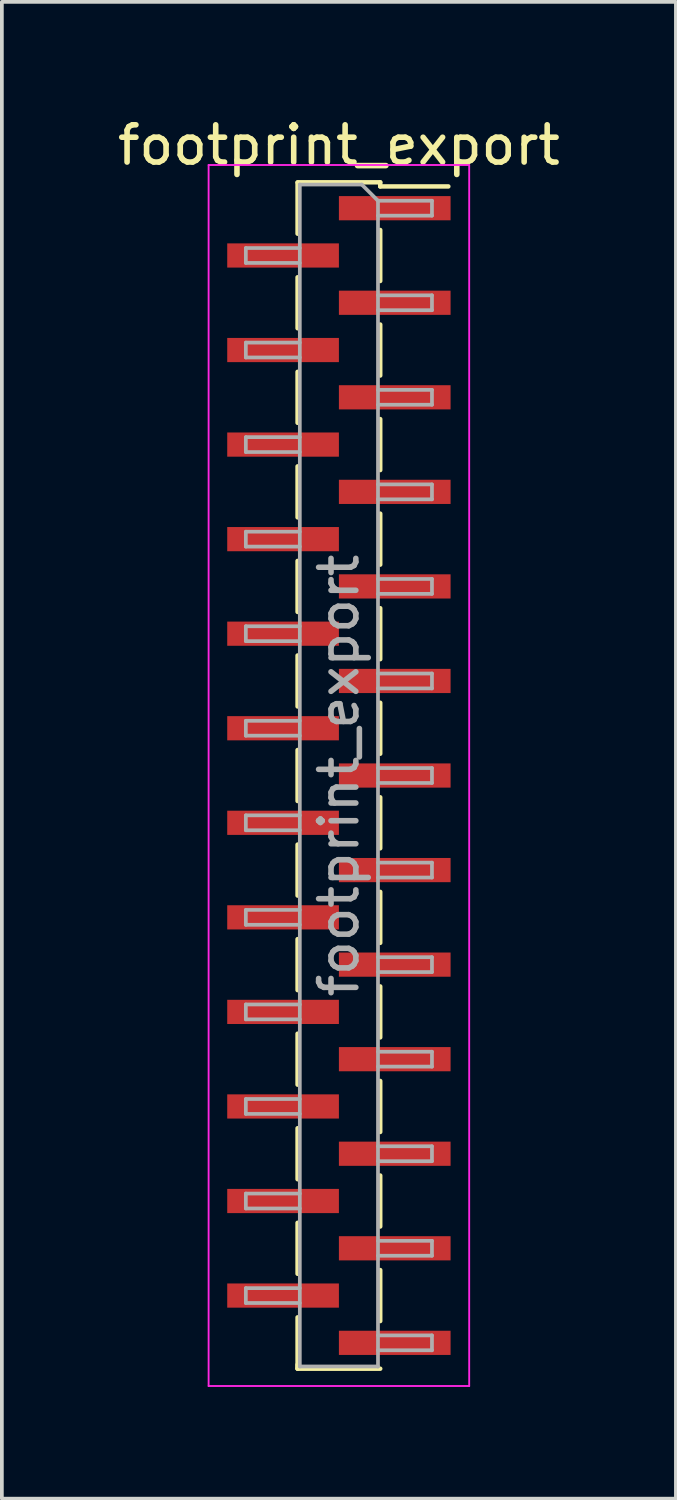
<source format=kicad_pcb>
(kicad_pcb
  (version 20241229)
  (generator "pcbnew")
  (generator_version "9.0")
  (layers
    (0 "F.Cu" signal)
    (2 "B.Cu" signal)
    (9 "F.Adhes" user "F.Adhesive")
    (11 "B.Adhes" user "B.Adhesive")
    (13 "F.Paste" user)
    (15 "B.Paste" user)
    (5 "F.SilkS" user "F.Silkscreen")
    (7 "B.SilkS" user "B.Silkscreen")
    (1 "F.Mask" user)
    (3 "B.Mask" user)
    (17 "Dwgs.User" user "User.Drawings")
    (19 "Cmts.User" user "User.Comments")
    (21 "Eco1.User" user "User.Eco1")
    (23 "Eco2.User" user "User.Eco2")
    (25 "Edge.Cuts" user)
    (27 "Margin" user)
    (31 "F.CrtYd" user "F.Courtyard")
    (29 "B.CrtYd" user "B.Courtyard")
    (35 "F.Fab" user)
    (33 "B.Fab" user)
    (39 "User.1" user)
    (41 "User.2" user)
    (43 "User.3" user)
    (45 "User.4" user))
  (footprint "footprint_export"
    (layer "F.Cu")
    (at 6.054 17.783)
    (property "Reference" "footprint_export" (at 0 -16.935 0) (layer "F.SilkS") (effects (font (size 1 1) (thickness 0.15))))
    (attr smd)
    (fp_line (start -1.11 -15.935) (end 1.11 -15.935) (stroke (width 0.12) (type solid)) (layer "F.SilkS"))
    (fp_line (start -1.11 -15.925) (end -1.11 -14.555) (stroke (width 0.12) (type solid)) (layer "F.SilkS"))
    (fp_line (start -1.11 -13.385) (end -1.11 -12.015) (stroke (width 0.12) (type solid)) (layer "F.SilkS"))
    (fp_line (start -1.11 -10.845) (end -1.11 -9.475) (stroke (width 0.12) (type solid)) (layer "F.SilkS"))
    (fp_line (start -1.11 -8.305) (end -1.11 -6.935) (stroke (width 0.12) (type solid)) (layer "F.SilkS"))
    (fp_line (start -1.11 -5.765) (end -1.11 -4.395) (stroke (width 0.12) (type solid)) (layer "F.SilkS"))
    (fp_line (start -1.11 -3.225) (end -1.11 -1.855) (stroke (width 0.12) (type solid)) (layer "F.SilkS"))
    (fp_line (start -1.11 -0.685) (end -1.11 0.685) (stroke (width 0.12) (type solid)) (layer "F.SilkS"))
    (fp_line (start -1.11 1.855) (end -1.11 3.225) (stroke (width 0.12) (type solid)) (layer "F.SilkS"))
    (fp_line (start -1.11 4.395) (end -1.11 5.765) (stroke (width 0.12) (type solid)) (layer "F.SilkS"))
    (fp_line (start -1.11 6.935) (end -1.11 8.305) (stroke (width 0.12) (type solid)) (layer "F.SilkS"))
    (fp_line (start -1.11 9.475) (end -1.11 10.845) (stroke (width 0.12) (type solid)) (layer "F.SilkS"))
    (fp_line (start -1.11 12.015) (end -1.11 13.385) (stroke (width 0.12) (type solid)) (layer "F.SilkS"))
    (fp_line (start -1.11 14.555) (end -1.11 15.925) (stroke (width 0.12) (type solid)) (layer "F.SilkS"))
    (fp_line (start -1.11 15.825) (end -1.11 15.935) (stroke (width 0.12) (type solid)) (layer "F.SilkS"))
    (fp_line (start -1.11 15.935) (end 1.11 15.935) (stroke (width 0.12) (type solid)) (layer "F.SilkS"))
    (fp_line (start 1.11 -15.935) (end 1.11 -15.825) (stroke (width 0.12) (type solid)) (layer "F.SilkS"))
    (fp_line (start 1.11 -15.825) (end 2.94 -15.825) (stroke (width 0.12) (type solid)) (layer "F.SilkS"))
    (fp_line (start 1.11 -14.655) (end 1.11 -13.285) (stroke (width 0.12) (type solid)) (layer "F.SilkS"))
    (fp_line (start 1.11 -12.115) (end 1.11 -10.745) (stroke (width 0.12) (type solid)) (layer "F.SilkS"))
    (fp_line (start 1.11 -9.575) (end 1.11 -8.205) (stroke (width 0.12) (type solid)) (layer "F.SilkS"))
    (fp_line (start 1.11 -7.035) (end 1.11 -5.665) (stroke (width 0.12) (type solid)) (layer "F.SilkS"))
    (fp_line (start 1.11 -4.495) (end 1.11 -3.125) (stroke (width 0.12) (type solid)) (layer "F.SilkS"))
    (fp_line (start 1.11 -1.955) (end 1.11 -0.585) (stroke (width 0.12) (type solid)) (layer "F.SilkS"))
    (fp_line (start 1.11 0.585) (end 1.11 1.955) (stroke (width 0.12) (type solid)) (layer "F.SilkS"))
    (fp_line (start 1.11 3.125) (end 1.11 4.495) (stroke (width 0.12) (type solid)) (layer "F.SilkS"))
    (fp_line (start 1.11 5.665) (end 1.11 7.035) (stroke (width 0.12) (type solid)) (layer "F.SilkS"))
    (fp_line (start 1.11 8.205) (end 1.11 9.575) (stroke (width 0.12) (type solid)) (layer "F.SilkS"))
    (fp_line (start 1.11 10.745) (end 1.11 12.115) (stroke (width 0.12) (type solid)) (layer "F.SilkS"))
    (fp_line (start 1.11 13.285) (end 1.11 14.655) (stroke (width 0.12) (type solid)) (layer "F.SilkS"))
    (fp_line (start -3.5 -16.4) (end -3.5 16.4) (stroke (width 0.05) (type solid)) (layer "F.CrtYd"))
    (fp_line (start -3.5 16.4) (end 3.5 16.4) (stroke (width 0.05) (type solid)) (layer "F.CrtYd"))
    (fp_line (start 3.5 -16.4) (end -3.5 -16.4) (stroke (width 0.05) (type solid)) (layer "F.CrtYd"))
    (fp_line (start 3.5 16.4) (end 3.5 -16.4) (stroke (width 0.05) (type solid)) (layer "F.CrtYd"))
    (fp_line (start -2.5 -14.17) (end -2.5 -13.77) (stroke (width 0.1) (type solid)) (layer "F.Fab"))
    (fp_line (start -2.5 -13.77) (end -1.05 -13.77) (stroke (width 0.1) (type solid)) (layer "F.Fab"))
    (fp_line (start -2.5 -11.63) (end -2.5 -11.23) (stroke (width 0.1) (type solid)) (layer "F.Fab"))
    (fp_line (start -2.5 -11.23) (end -1.05 -11.23) (stroke (width 0.1) (type solid)) (layer "F.Fab"))
    (fp_line (start -2.5 -9.09) (end -2.5 -8.69) (stroke (width 0.1) (type solid)) (layer "F.Fab"))
    (fp_line (start -2.5 -8.69) (end -1.05 -8.69) (stroke (width 0.1) (type solid)) (layer "F.Fab"))
    (fp_line (start -2.5 -6.55) (end -2.5 -6.15) (stroke (width 0.1) (type solid)) (layer "F.Fab"))
    (fp_line (start -2.5 -6.15) (end -1.05 -6.15) (stroke (width 0.1) (type solid)) (layer "F.Fab"))
    (fp_line (start -2.5 -4.01) (end -2.5 -3.61) (stroke (width 0.1) (type solid)) (layer "F.Fab"))
    (fp_line (start -2.5 -3.61) (end -1.05 -3.61) (stroke (width 0.1) (type solid)) (layer "F.Fab"))
    (fp_line (start -2.5 -1.47) (end -2.5 -1.07) (stroke (width 0.1) (type solid)) (layer "F.Fab"))
    (fp_line (start -2.5 -1.07) (end -1.05 -1.07) (stroke (width 0.1) (type solid)) (layer "F.Fab"))
    (fp_line (start -2.5 1.07) (end -2.5 1.47) (stroke (width 0.1) (type solid)) (layer "F.Fab"))
    (fp_line (start -2.5 1.47) (end -1.05 1.47) (stroke (width 0.1) (type solid)) (layer "F.Fab"))
    (fp_line (start -2.5 3.61) (end -2.5 4.01) (stroke (width 0.1) (type solid)) (layer "F.Fab"))
    (fp_line (start -2.5 4.01) (end -1.05 4.01) (stroke (width 0.1) (type solid)) (layer "F.Fab"))
    (fp_line (start -2.5 6.15) (end -2.5 6.55) (stroke (width 0.1) (type solid)) (layer "F.Fab"))
    (fp_line (start -2.5 6.55) (end -1.05 6.55) (stroke (width 0.1) (type solid)) (layer "F.Fab"))
    (fp_line (start -2.5 8.69) (end -2.5 9.09) (stroke (width 0.1) (type solid)) (layer "F.Fab"))
    (fp_line (start -2.5 9.09) (end -1.05 9.09) (stroke (width 0.1) (type solid)) (layer "F.Fab"))
    (fp_line (start -2.5 11.23) (end -2.5 11.63) (stroke (width 0.1) (type solid)) (layer "F.Fab"))
    (fp_line (start -2.5 11.63) (end -1.05 11.63) (stroke (width 0.1) (type solid)) (layer "F.Fab"))
    (fp_line (start -2.5 13.77) (end -2.5 14.17) (stroke (width 0.1) (type solid)) (layer "F.Fab"))
    (fp_line (start -2.5 14.17) (end -1.05 14.17) (stroke (width 0.1) (type solid)) (layer "F.Fab"))
    (fp_line (start -1.05 -15.875) (end -1.05 15.875) (stroke (width 0.1) (type solid)) (layer "F.Fab"))
    (fp_line (start -1.05 -15.875) (end 0.615 -15.875) (stroke (width 0.1) (type solid)) (layer "F.Fab"))
    (fp_line (start -1.05 -14.17) (end -2.5 -14.17) (stroke (width 0.1) (type solid)) (layer "F.Fab"))
    (fp_line (start -1.05 -11.63) (end -2.5 -11.63) (stroke (width 0.1) (type solid)) (layer "F.Fab"))
    (fp_line (start -1.05 -9.09) (end -2.5 -9.09) (stroke (width 0.1) (type solid)) (layer "F.Fab"))
    (fp_line (start -1.05 -6.55) (end -2.5 -6.55) (stroke (width 0.1) (type solid)) (layer "F.Fab"))
    (fp_line (start -1.05 -4.01) (end -2.5 -4.01) (stroke (width 0.1) (type solid)) (layer "F.Fab"))
    (fp_line (start -1.05 -1.47) (end -2.5 -1.47) (stroke (width 0.1) (type solid)) (layer "F.Fab"))
    (fp_line (start -1.05 1.07) (end -2.5 1.07) (stroke (width 0.1) (type solid)) (layer "F.Fab"))
    (fp_line (start -1.05 3.61) (end -2.5 3.61) (stroke (width 0.1) (type solid)) (layer "F.Fab"))
    (fp_line (start -1.05 6.15) (end -2.5 6.15) (stroke (width 0.1) (type solid)) (layer "F.Fab"))
    (fp_line (start -1.05 8.69) (end -2.5 8.69) (stroke (width 0.1) (type solid)) (layer "F.Fab"))
    (fp_line (start -1.05 11.23) (end -2.5 11.23) (stroke (width 0.1) (type solid)) (layer "F.Fab"))
    (fp_line (start -1.05 13.77) (end -2.5 13.77) (stroke (width 0.1) (type solid)) (layer "F.Fab"))
    (fp_line (start 1.05 -15.44) (end 0.615 -15.875) (stroke (width 0.1) (type solid)) (layer "F.Fab"))
    (fp_line (start 1.05 -15.44) (end 2.5 -15.44) (stroke (width 0.1) (type solid)) (layer "F.Fab"))
    (fp_line (start 1.05 -12.9) (end 2.5 -12.9) (stroke (width 0.1) (type solid)) (layer "F.Fab"))
    (fp_line (start 1.05 -10.36) (end 2.5 -10.36) (stroke (width 0.1) (type solid)) (layer "F.Fab"))
    (fp_line (start 1.05 -7.82) (end 2.5 -7.82) (stroke (width 0.1) (type solid)) (layer "F.Fab"))
    (fp_line (start 1.05 -5.28) (end 2.5 -5.28) (stroke (width 0.1) (type solid)) (layer "F.Fab"))
    (fp_line (start 1.05 -2.74) (end 2.5 -2.74) (stroke (width 0.1) (type solid)) (layer "F.Fab"))
    (fp_line (start 1.05 -0.2) (end 2.5 -0.2) (stroke (width 0.1) (type solid)) (layer "F.Fab"))
    (fp_line (start 1.05 2.34) (end 2.5 2.34) (stroke (width 0.1) (type solid)) (layer "F.Fab"))
    (fp_line (start 1.05 4.88) (end 2.5 4.88) (stroke (width 0.1) (type solid)) (layer "F.Fab"))
    (fp_line (start 1.05 7.42) (end 2.5 7.42) (stroke (width 0.1) (type solid)) (layer "F.Fab"))
    (fp_line (start 1.05 9.96) (end 2.5 9.96) (stroke (width 0.1) (type solid)) (layer "F.Fab"))
    (fp_line (start 1.05 12.5) (end 2.5 12.5) (stroke (width 0.1) (type solid)) (layer "F.Fab"))
    (fp_line (start 1.05 15.04) (end 2.5 15.04) (stroke (width 0.1) (type solid)) (layer "F.Fab"))
    (fp_line (start 1.05 15.875) (end -1.05 15.875) (stroke (width 0.1) (type solid)) (layer "F.Fab"))
    (fp_line (start 1.05 15.875) (end 1.05 -15.44) (stroke (width 0.1) (type solid)) (layer "F.Fab"))
    (fp_line (start 2.5 -15.44) (end 2.5 -15.04) (stroke (width 0.1) (type solid)) (layer "F.Fab"))
    (fp_line (start 2.5 -15.04) (end 1.05 -15.04) (stroke (width 0.1) (type solid)) (layer "F.Fab"))
    (fp_line (start 2.5 -12.9) (end 2.5 -12.5) (stroke (width 0.1) (type solid)) (layer "F.Fab"))
    (fp_line (start 2.5 -12.5) (end 1.05 -12.5) (stroke (width 0.1) (type solid)) (layer "F.Fab"))
    (fp_line (start 2.5 -10.36) (end 2.5 -9.96) (stroke (width 0.1) (type solid)) (layer "F.Fab"))
    (fp_line (start 2.5 -9.96) (end 1.05 -9.96) (stroke (width 0.1) (type solid)) (layer "F.Fab"))
    (fp_line (start 2.5 -7.82) (end 2.5 -7.42) (stroke (width 0.1) (type solid)) (layer "F.Fab"))
    (fp_line (start 2.5 -7.42) (end 1.05 -7.42) (stroke (width 0.1) (type solid)) (layer "F.Fab"))
    (fp_line (start 2.5 -5.28) (end 2.5 -4.88) (stroke (width 0.1) (type solid)) (layer "F.Fab"))
    (fp_line (start 2.5 -4.88) (end 1.05 -4.88) (stroke (width 0.1) (type solid)) (layer "F.Fab"))
    (fp_line (start 2.5 -2.74) (end 2.5 -2.34) (stroke (width 0.1) (type solid)) (layer "F.Fab"))
    (fp_line (start 2.5 -2.34) (end 1.05 -2.34) (stroke (width 0.1) (type solid)) (layer "F.Fab"))
    (fp_line (start 2.5 -0.2) (end 2.5 0.2) (stroke (width 0.1) (type solid)) (layer "F.Fab"))
    (fp_line (start 2.5 0.2) (end 1.05 0.2) (stroke (width 0.1) (type solid)) (layer "F.Fab"))
    (fp_line (start 2.5 2.34) (end 2.5 2.74) (stroke (width 0.1) (type solid)) (layer "F.Fab"))
    (fp_line (start 2.5 2.74) (end 1.05 2.74) (stroke (width 0.1) (type solid)) (layer "F.Fab"))
    (fp_line (start 2.5 4.88) (end 2.5 5.28) (stroke (width 0.1) (type solid)) (layer "F.Fab"))
    (fp_line (start 2.5 5.28) (end 1.05 5.28) (stroke (width 0.1) (type solid)) (layer "F.Fab"))
    (fp_line (start 2.5 7.42) (end 2.5 7.82) (stroke (width 0.1) (type solid)) (layer "F.Fab"))
    (fp_line (start 2.5 7.82) (end 1.05 7.82) (stroke (width 0.1) (type solid)) (layer "F.Fab"))
    (fp_line (start 2.5 9.96) (end 2.5 10.36) (stroke (width 0.1) (type solid)) (layer "F.Fab"))
    (fp_line (start 2.5 10.36) (end 1.05 10.36) (stroke (width 0.1) (type solid)) (layer "F.Fab"))
    (fp_line (start 2.5 12.5) (end 2.5 12.9) (stroke (width 0.1) (type solid)) (layer "F.Fab"))
    (fp_line (start 2.5 12.9) (end 1.05 12.9) (stroke (width 0.1) (type solid)) (layer "F.Fab"))
    (fp_line (start 2.5 15.04) (end 2.5 15.44) (stroke (width 0.1) (type solid)) (layer "F.Fab"))
    (fp_line (start 2.5 15.44) (end 1.05 15.44) (stroke (width 0.1) (type solid)) (layer "F.Fab"))
    (fp_text user "${REFERENCE}" (at 0 0 90) (layer "F.Fab") (effects (font (size 1 1) (thickness 0.15))))
    (pad "1" smd rect (at 1.5 -15.24) (size 3 0.65) (layers "F.Cu" "F.Mask" "F.Paste"))
    (pad "2" smd rect (at -1.5 -13.97) (size 3 0.65) (layers "F.Cu" "F.Mask" "F.Paste"))
    (pad "3" smd rect (at 1.5 -12.7) (size 3 0.65) (layers "F.Cu" "F.Mask" "F.Paste"))
    (pad "4" smd rect (at -1.5 -11.43) (size 3 0.65) (layers "F.Cu" "F.Mask" "F.Paste"))
    (pad "5" smd rect (at 1.5 -10.16) (size 3 0.65) (layers "F.Cu" "F.Mask" "F.Paste"))
    (pad "6" smd rect (at -1.5 -8.89) (size 3 0.65) (layers "F.Cu" "F.Mask" "F.Paste"))
    (pad "7" smd rect (at 1.5 -7.62) (size 3 0.65) (layers "F.Cu" "F.Mask" "F.Paste"))
    (pad "8" smd rect (at -1.5 -6.35) (size 3 0.65) (layers "F.Cu" "F.Mask" "F.Paste"))
    (pad "9" smd rect (at 1.5 -5.08) (size 3 0.65) (layers "F.Cu" "F.Mask" "F.Paste"))
    (pad "10" smd rect (at -1.5 -3.81) (size 3 0.65) (layers "F.Cu" "F.Mask" "F.Paste"))
    (pad "11" smd rect (at 1.5 -2.54) (size 3 0.65) (layers "F.Cu" "F.Mask" "F.Paste"))
    (pad "12" smd rect (at -1.5 -1.27) (size 3 0.65) (layers "F.Cu" "F.Mask" "F.Paste"))
    (pad "13" smd rect (at 1.5 0) (size 3 0.65) (layers "F.Cu" "F.Mask" "F.Paste"))
    (pad "14" smd rect (at -1.5 1.27) (size 3 0.65) (layers "F.Cu" "F.Mask" "F.Paste"))
    (pad "15" smd rect (at 1.5 2.54) (size 3 0.65) (layers "F.Cu" "F.Mask" "F.Paste"))
    (pad "16" smd rect (at -1.5 3.81) (size 3 0.65) (layers "F.Cu" "F.Mask" "F.Paste"))
    (pad "17" smd rect (at 1.5 5.08) (size 3 0.65) (layers "F.Cu" "F.Mask" "F.Paste"))
    (pad "18" smd rect (at -1.5 6.35) (size 3 0.65) (layers "F.Cu" "F.Mask" "F.Paste"))
    (pad "19" smd rect (at 1.5 7.62) (size 3 0.65) (layers "F.Cu" "F.Mask" "F.Paste"))
    (pad "20" smd rect (at -1.5 8.89) (size 3 0.65) (layers "F.Cu" "F.Mask" "F.Paste"))
    (pad "21" smd rect (at 1.5 10.16) (size 3 0.65) (layers "F.Cu" "F.Mask" "F.Paste"))
    (pad "22" smd rect (at -1.5 11.43) (size 3 0.65) (layers "F.Cu" "F.Mask" "F.Paste"))
    (pad "23" smd rect (at 1.5 12.7) (size 3 0.65) (layers "F.Cu" "F.Mask" "F.Paste"))
    (pad "24" smd rect (at -1.5 13.97) (size 3 0.65) (layers "F.Cu" "F.Mask" "F.Paste"))
    (pad "25" smd rect (at 1.5 15.24) (size 3 0.65) (layers "F.Cu" "F.Mask" "F.Paste")))
  (gr_rect
    (start -3 -3)
    (end 15.107 37.208)
    (stroke (width 0.1) (type default))
    (fill no)
    (layer "Edge.Cuts")))
</source>
